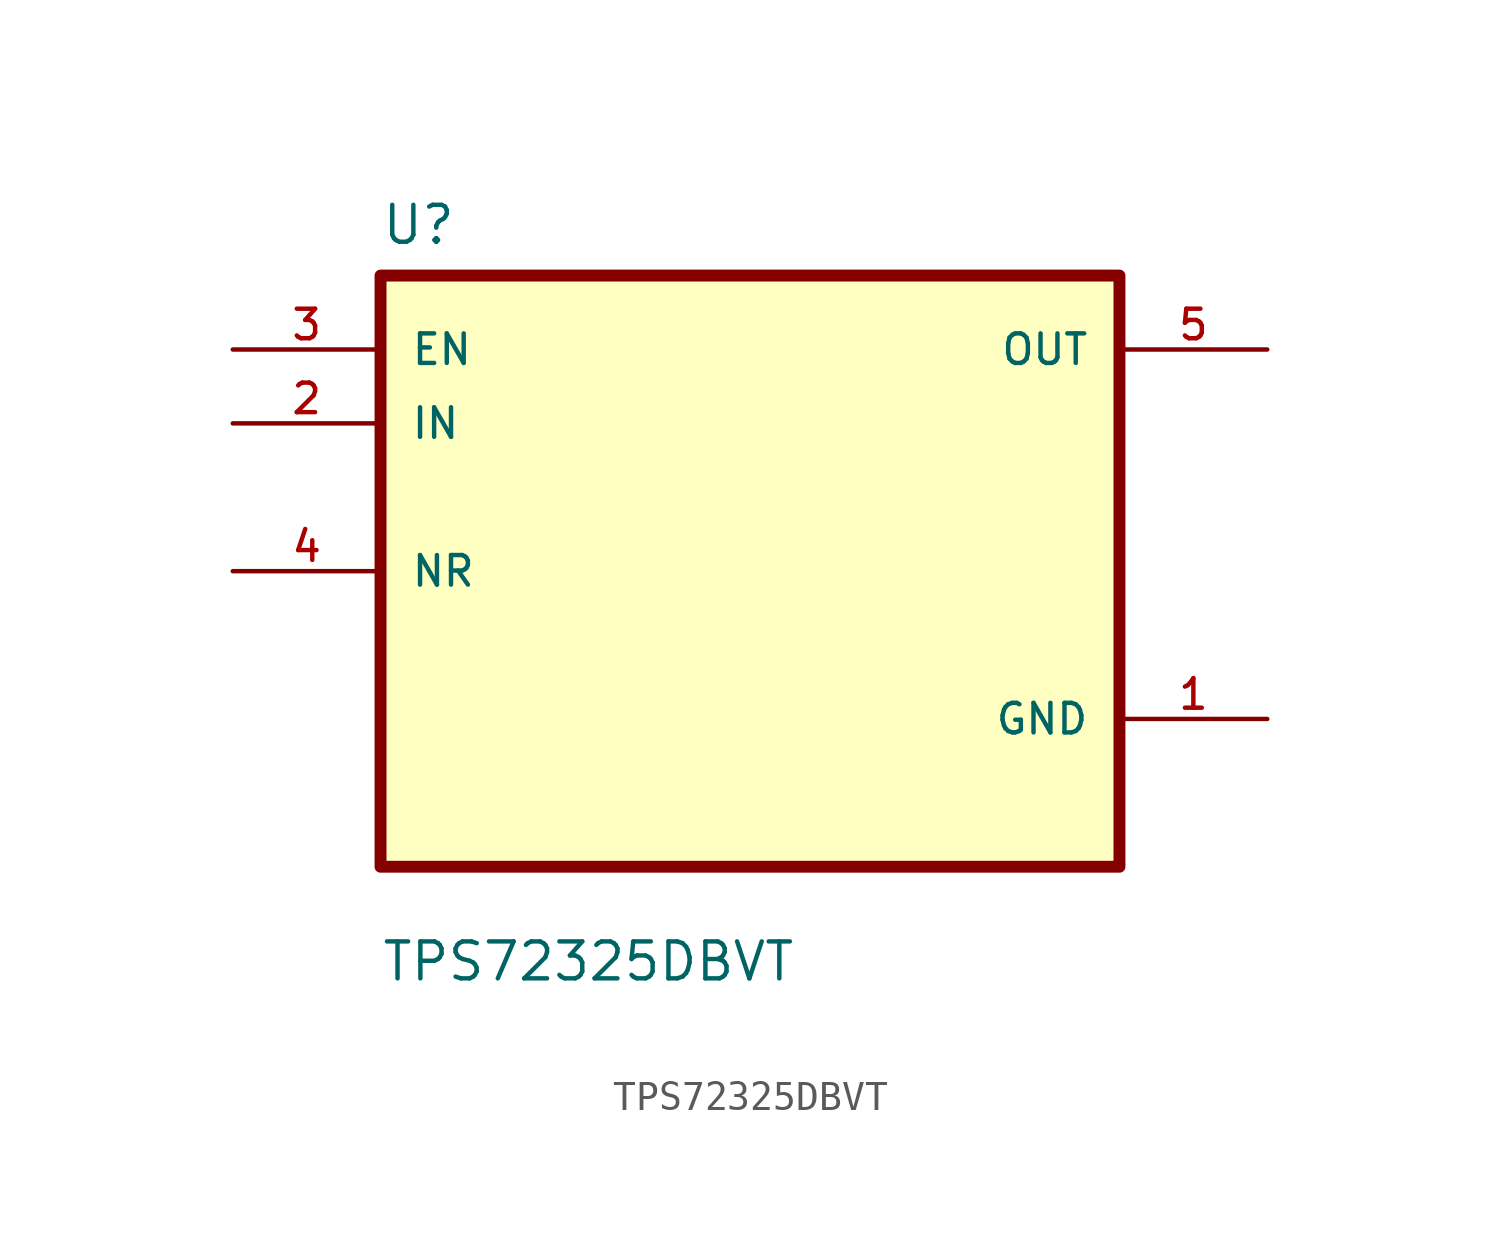
<source format=kicad_sym>
(kicad_symbol_lib
  (version 20211014)
  (generator kicad_symbol_editor)
  (symbol "TPS72325DBVT"
    (pin_names
      (offset 1.016))
    (property "Reference" "U"
      (at -12.7 11.16 0.0)
      (effects (font (size 1.27 1.27)) (justify bottom left)))
    (property "Value" "TPS72325DBVT"
      (at -12.7 -14.16 0.0)
      (effects (font (size 1.27 1.27)) (justify bottom left)))
    (symbol "TPS72325DBVT_0_0"
      (rectangle (start -12.7 -10.16) (end 12.7 10.16) (stroke (width 0.41)) (fill (type background)))
      (pin input line (at -17.78 7.62 0) (length 5.08) (name "EN" (effects (font (size 1.016 1.016)))) (number "3" (effects (font (size 1.016 1.016)))))
      (pin input line (at -17.78 5.08 0) (length 5.08) (name "IN" (effects (font (size 1.016 1.016)))) (number "2" (effects (font (size 1.016 1.016)))))
      (pin bidirectional line (at -17.78 0.0 0) (length 5.08) (name "NR" (effects (font (size 1.016 1.016)))) (number "4" (effects (font (size 1.016 1.016)))))
      (pin output line (at 17.78 7.62 180.0) (length 5.08) (name "OUT" (effects (font (size 1.016 1.016)))) (number "5" (effects (font (size 1.016 1.016)))))
      (pin power_in line (at 17.78 -5.08 180.0) (length 5.08) (name "GND" (effects (font (size 1.016 1.016)))) (number "1" (effects (font (size 1.016 1.016))))))))
</source>
